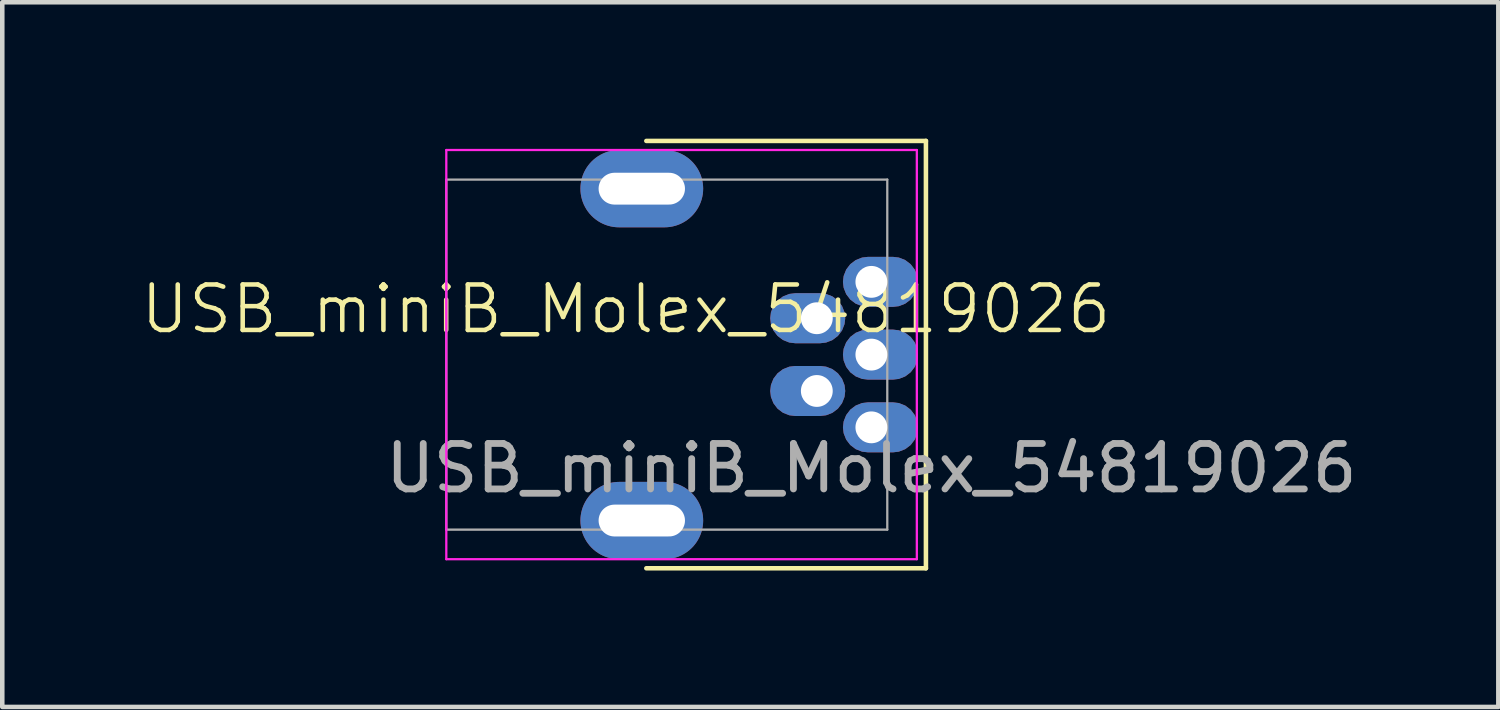
<source format=kicad_pcb>
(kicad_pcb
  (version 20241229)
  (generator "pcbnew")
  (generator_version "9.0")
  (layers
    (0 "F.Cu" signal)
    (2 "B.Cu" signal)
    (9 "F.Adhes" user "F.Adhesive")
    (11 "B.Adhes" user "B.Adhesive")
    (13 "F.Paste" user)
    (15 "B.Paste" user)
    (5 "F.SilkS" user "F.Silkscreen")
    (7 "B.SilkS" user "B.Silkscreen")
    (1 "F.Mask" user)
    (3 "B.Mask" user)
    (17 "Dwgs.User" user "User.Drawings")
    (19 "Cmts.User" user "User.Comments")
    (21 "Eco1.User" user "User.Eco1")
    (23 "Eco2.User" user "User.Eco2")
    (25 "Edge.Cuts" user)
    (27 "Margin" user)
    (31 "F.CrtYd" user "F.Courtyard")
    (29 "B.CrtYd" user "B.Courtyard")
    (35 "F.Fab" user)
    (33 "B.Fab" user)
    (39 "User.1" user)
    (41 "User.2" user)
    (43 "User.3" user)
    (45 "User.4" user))
  (footprint "USB_miniB_Molex_54819026"
    (layer "F.Cu")
    (at 16.117 4.75)
    (property "Reference" "USB_miniB_Molex_54819026" (at -5.4 -1 0) (unlocked yes) (layer "F.SilkS") (effects (font (size 1 1) (thickness 0.1))))
    (attr smd)
    (fp_line (start -4.95 -4.7) (end 1.2 -4.7) (stroke (width 0.1) (type default)) (layer "F.SilkS"))
    (fp_line (start 1.2 -4.7) (end 1.2 4.7) (stroke (width 0.1) (type default)) (layer "F.SilkS"))
    (fp_line (start 1.2 4.7) (end -4.95 4.7) (stroke (width 0.1) (type default)) (layer "F.SilkS"))
    (fp_line (start -9.35 -4.5) (end -9.35 4.5) (stroke (width 0.05) (type default)) (layer "F.CrtYd"))
    (fp_line (start -9.35 4.5) (end 1 4.5) (stroke (width 0.05) (type default)) (layer "F.CrtYd"))
    (fp_line (start 1 -4.5) (end -9.35 -4.5) (stroke (width 0.05) (type default)) (layer "F.CrtYd"))
    (fp_line (start 1 4.5) (end 1 -4.5) (stroke (width 0.05) (type default)) (layer "F.CrtYd"))
    (fp_line (start -9.35 -3.85) (end -9.35 3.85) (stroke (width 0.05) (type default)) (layer "F.Fab"))
    (fp_line (start -9.35 3.85) (end 0.35 3.85) (stroke (width 0.05) (type default)) (layer "F.Fab"))
    (fp_line (start 0.35 -3.85) (end -9.35 -3.85) (stroke (width 0.05) (type default)) (layer "F.Fab"))
    (fp_line (start 0.35 3.85) (end 0.35 -3.85) (stroke (width 0.05) (type default)) (layer "F.Fab"))
    (fp_text user "${REFERENCE}" (at 0 2.5 0) (unlocked yes) (layer "F.Fab") (effects (font (size 1 1) (thickness 0.15))))
    (pad "1" thru_hole roundrect (at 0 1.6) (size 1.65 1.1) (drill 0.7 (offset 0.2 0)) (layers "*.Cu" "*.Mask") (roundrect_rratio 0.5) (chamfer_ratio 0.2) (chamfer))
    (pad "2" thru_hole roundrect (at -1.2 0.8) (size 1.65 1.1) (drill 0.7 (offset -0.2 0)) (layers "*.Cu" "*.Mask") (roundrect_rratio 0.5) (chamfer_ratio 0.2) (chamfer))
    (pad "3" thru_hole roundrect (at 0 0) (size 1.65 1.1) (drill 0.7 (offset 0.2 0)) (layers "*.Cu" "*.Mask") (roundrect_rratio 0.5) (chamfer_ratio 0.2) (chamfer))
    (pad "4" thru_hole roundrect (at -1.2 -0.8) (size 1.65 1.1) (drill 0.7 (offset -0.2 0)) (layers "*.Cu" "*.Mask") (roundrect_rratio 0.5) (chamfer_ratio 0.2) (chamfer))
    (pad "5" thru_hole roundrect (at 0 -1.6) (size 1.65 1.1) (drill 0.7 (offset 0.2 0)) (layers "*.Cu" "*.Mask") (roundrect_rratio 0.5) (chamfer_ratio 0.2) (chamfer))
    (pad "6" thru_hole oval (at -5.05 -3.65) (size 2.7 1.7) (drill oval 1.9 0.7) (layers "*.Cu" "*.Mask"))
    (pad "6" thru_hole oval (at -5.05 3.65) (size 2.7 1.7) (drill oval 1.9 0.7) (layers "*.Cu" "*.Mask"))
    (zone (net_name "") (layers "F.Cu" "F.Fab") (name "usb_ko3") (hatch edge 0.1) (connect_pads) (min_thickness 0.25) (filled_areas_thickness no) (keepout (tracks not_allowed) (vias not_allowed) (pads not_allowed) (copperpour allowed) (footprints allowed)) (placement (enabled no)) (fill) (polygon (pts (xy 9.317 1.65) (xy 9.317 7.85) (xy 10.517 7.85) (xy 10.517 1.65))))
    (zone (net_name "") (layers "F.Cu" "F.Fab") (name "usb_ko1") (hatch edge 0.1) (connect_pads) (min_thickness 0.25) (filled_areas_thickness no) (keepout (tracks not_allowed) (vias not_allowed) (pads not_allowed) (copperpour allowed) (footprints allowed)) (placement (enabled no)) (fill) (polygon (pts (xy 16.817 1.75) (xy 16.817 0.35) (xy 14.317 0.35) (xy 14.317 1.75))))
    (zone (net_name "") (layers "F.Cu" "F.Fab") (name "usb_ko2") (hatch edge 0.1) (connect_pads) (min_thickness 0.25) (filled_areas_thickness no) (keepout (tracks not_allowed) (vias not_allowed) (pads not_allowed) (copperpour allowed) (footprints allowed)) (placement (enabled no)) (fill) (polygon (pts (xy 16.817 7.75) (xy 16.817 9.15) (xy 14.317 9.15) (xy 14.317 7.75)))))
  (gr_rect
    (start -3 -3)
    (end 29.908 12.5)
    (stroke (width 0.1) (type default))
    (fill no)
    (layer "Edge.Cuts")))
</source>
